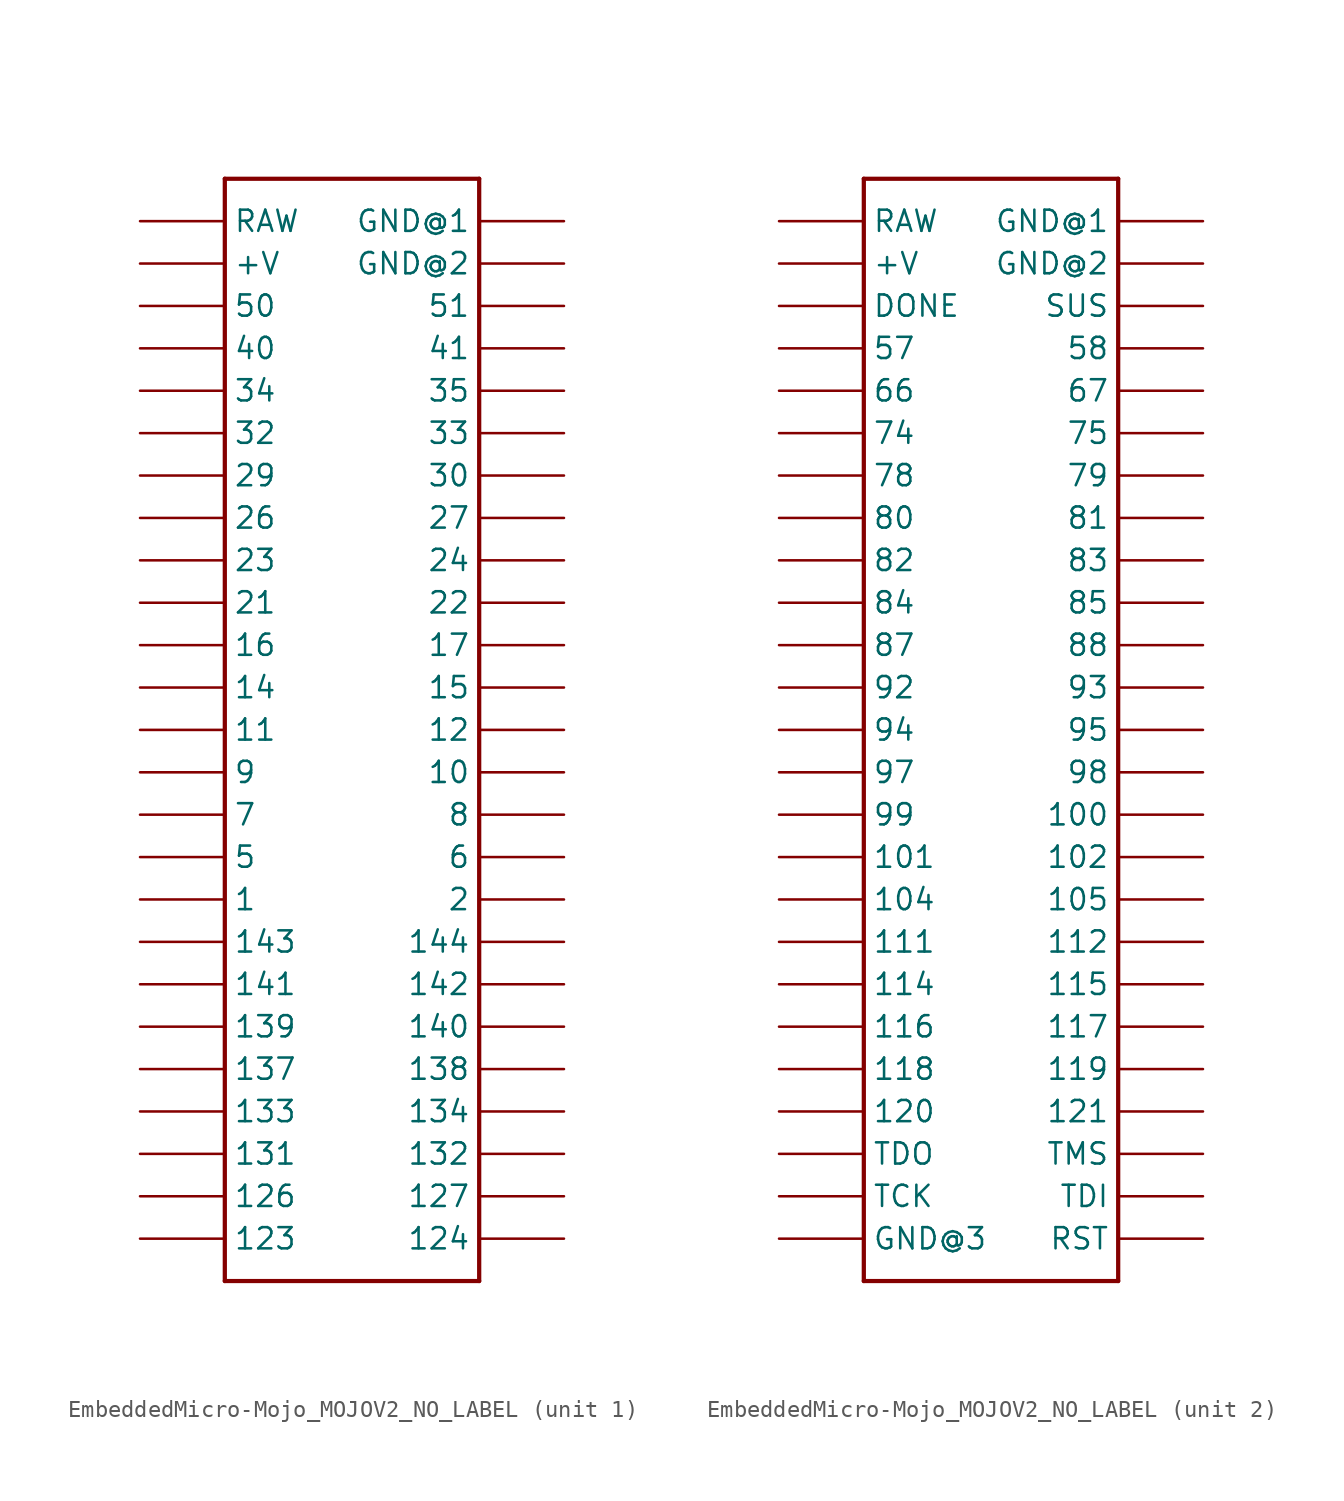
<source format=kicad_sym>
(kicad_symbol_lib
  (version 20231120)
  (generator "kicad_symbol_editor")
  (generator_version "8.0")
  (symbol "EmbeddedMicro-Mojo_MOJOV2_NO_LABEL"
    (property "Reference" ""
      (at 0 0 0)
      (effects (font (size 1.27 1.27)) (hide yes)))
    (property "ki_locked" ""
      (at 0 0 0)
      (effects (font (size 1.27 1.27))))
    (symbol "EmbeddedMicro-Mojo_MOJOV2_NO_LABEL_1_0"
      (polyline (pts (xy -7.62 -33.02) (xy -7.62 33.02)) (stroke (width 0.254) (type solid)) (fill (type none)))
      (polyline (pts (xy -7.62 33.02) (xy 7.62 33.02)) (stroke (width 0.254) (type solid)) (fill (type none)))
      (polyline (pts (xy 7.62 -33.02) (xy -7.62 -33.02)) (stroke (width 0.254) (type solid)) (fill (type none)))
      (polyline (pts (xy 7.62 33.02) (xy 7.62 -33.02)) (stroke (width 0.254) (type solid)) (fill (type none)))
      (pin bidirectional line (at -12.7 -10.16 0) (length 5.08) (name "1" (effects (font (size 1.27 1.27)))) (number "1" (effects (font (size 0 0)))))
      (pin bidirectional line (at 12.7 -2.54 180) (length 5.08) (name "10" (effects (font (size 1.27 1.27)))) (number "10" (effects (font (size 0 0)))))
      (pin bidirectional line (at -12.7 0 0) (length 5.08) (name "11" (effects (font (size 1.27 1.27)))) (number "11" (effects (font (size 0 0)))))
      (pin bidirectional line (at 12.7 0 180) (length 5.08) (name "12" (effects (font (size 1.27 1.27)))) (number "12" (effects (font (size 0 0)))))
      (pin bidirectional line (at -12.7 -30.48 0) (length 5.08) (name "123" (effects (font (size 1.27 1.27)))) (number "123" (effects (font (size 0 0)))))
      (pin bidirectional line (at 12.7 -30.48 180) (length 5.08) (name "124" (effects (font (size 1.27 1.27)))) (number "124" (effects (font (size 0 0)))))
      (pin bidirectional line (at -12.7 -27.94 0) (length 5.08) (name "126" (effects (font (size 1.27 1.27)))) (number "126" (effects (font (size 0 0)))))
      (pin bidirectional line (at 12.7 -27.94 180) (length 5.08) (name "127" (effects (font (size 1.27 1.27)))) (number "127" (effects (font (size 0 0)))))
      (pin bidirectional line (at -12.7 -25.4 0) (length 5.08) (name "131" (effects (font (size 1.27 1.27)))) (number "131" (effects (font (size 0 0)))))
      (pin bidirectional line (at 12.7 -25.4 180) (length 5.08) (name "132" (effects (font (size 1.27 1.27)))) (number "132" (effects (font (size 0 0)))))
      (pin bidirectional line (at -12.7 -22.86 0) (length 5.08) (name "133" (effects (font (size 1.27 1.27)))) (number "133" (effects (font (size 0 0)))))
      (pin bidirectional line (at 12.7 -22.86 180) (length 5.08) (name "134" (effects (font (size 1.27 1.27)))) (number "134" (effects (font (size 0 0)))))
      (pin bidirectional line (at -12.7 -20.32 0) (length 5.08) (name "137" (effects (font (size 1.27 1.27)))) (number "137" (effects (font (size 0 0)))))
      (pin bidirectional line (at 12.7 -20.32 180) (length 5.08) (name "138" (effects (font (size 1.27 1.27)))) (number "138" (effects (font (size 0 0)))))
      (pin bidirectional line (at -12.7 -17.78 0) (length 5.08) (name "139" (effects (font (size 1.27 1.27)))) (number "139" (effects (font (size 0 0)))))
      (pin bidirectional line (at -12.7 2.54 0) (length 5.08) (name "14" (effects (font (size 1.27 1.27)))) (number "14" (effects (font (size 0 0)))))
      (pin bidirectional line (at 12.7 -17.78 180) (length 5.08) (name "140" (effects (font (size 1.27 1.27)))) (number "140" (effects (font (size 0 0)))))
      (pin bidirectional line (at -12.7 -15.24 0) (length 5.08) (name "141" (effects (font (size 1.27 1.27)))) (number "141" (effects (font (size 0 0)))))
      (pin bidirectional line (at 12.7 -15.24 180) (length 5.08) (name "142" (effects (font (size 1.27 1.27)))) (number "142" (effects (font (size 0 0)))))
      (pin bidirectional line (at -12.7 -12.7 0) (length 5.08) (name "143" (effects (font (size 1.27 1.27)))) (number "143" (effects (font (size 0 0)))))
      (pin bidirectional line (at 12.7 -12.7 180) (length 5.08) (name "144" (effects (font (size 1.27 1.27)))) (number "144" (effects (font (size 0 0)))))
      (pin bidirectional line (at 12.7 2.54 180) (length 5.08) (name "15" (effects (font (size 1.27 1.27)))) (number "15" (effects (font (size 0 0)))))
      (pin bidirectional line (at -12.7 5.08 0) (length 5.08) (name "16" (effects (font (size 1.27 1.27)))) (number "16" (effects (font (size 0 0)))))
      (pin bidirectional line (at 12.7 5.08 180) (length 5.08) (name "17" (effects (font (size 1.27 1.27)))) (number "17" (effects (font (size 0 0)))))
      (pin bidirectional line (at 12.7 -10.16 180) (length 5.08) (name "2" (effects (font (size 1.27 1.27)))) (number "2" (effects (font (size 0 0)))))
      (pin bidirectional line (at -12.7 7.62 0) (length 5.08) (name "21" (effects (font (size 1.27 1.27)))) (number "21" (effects (font (size 0 0)))))
      (pin bidirectional line (at 12.7 7.62 180) (length 5.08) (name "22" (effects (font (size 1.27 1.27)))) (number "22" (effects (font (size 0 0)))))
      (pin bidirectional line (at -12.7 10.16 0) (length 5.08) (name "23" (effects (font (size 1.27 1.27)))) (number "23" (effects (font (size 0 0)))))
      (pin bidirectional line (at 12.7 10.16 180) (length 5.08) (name "24" (effects (font (size 1.27 1.27)))) (number "24" (effects (font (size 0 0)))))
      (pin bidirectional line (at -12.7 12.7 0) (length 5.08) (name "26" (effects (font (size 1.27 1.27)))) (number "26" (effects (font (size 0 0)))))
      (pin bidirectional line (at 12.7 12.7 180) (length 5.08) (name "27" (effects (font (size 1.27 1.27)))) (number "27" (effects (font (size 0 0)))))
      (pin bidirectional line (at -12.7 15.24 0) (length 5.08) (name "29" (effects (font (size 1.27 1.27)))) (number "29" (effects (font (size 0 0)))))
      (pin bidirectional line (at 12.7 15.24 180) (length 5.08) (name "30" (effects (font (size 1.27 1.27)))) (number "30" (effects (font (size 0 0)))))
      (pin bidirectional line (at -12.7 17.78 0) (length 5.08) (name "32" (effects (font (size 1.27 1.27)))) (number "32" (effects (font (size 0 0)))))
      (pin bidirectional line (at 12.7 17.78 180) (length 5.08) (name "33" (effects (font (size 1.27 1.27)))) (number "33" (effects (font (size 0 0)))))
      (pin bidirectional line (at -12.7 20.32 0) (length 5.08) (name "34" (effects (font (size 1.27 1.27)))) (number "34" (effects (font (size 0 0)))))
      (pin bidirectional line (at 12.7 20.32 180) (length 5.08) (name "35" (effects (font (size 1.27 1.27)))) (number "35" (effects (font (size 0 0)))))
      (pin bidirectional line (at -12.7 22.86 0) (length 5.08) (name "40" (effects (font (size 1.27 1.27)))) (number "40" (effects (font (size 0 0)))))
      (pin bidirectional line (at 12.7 22.86 180) (length 5.08) (name "41" (effects (font (size 1.27 1.27)))) (number "41" (effects (font (size 0 0)))))
      (pin bidirectional line (at -12.7 -7.62 0) (length 5.08) (name "5" (effects (font (size 1.27 1.27)))) (number "5" (effects (font (size 0 0)))))
      (pin bidirectional line (at -12.7 25.4 0) (length 5.08) (name "50" (effects (font (size 1.27 1.27)))) (number "50" (effects (font (size 0 0)))))
      (pin bidirectional line (at 12.7 25.4 180) (length 5.08) (name "51" (effects (font (size 1.27 1.27)))) (number "51" (effects (font (size 0 0)))))
      (pin bidirectional line (at 12.7 -7.62 180) (length 5.08) (name "6" (effects (font (size 1.27 1.27)))) (number "6" (effects (font (size 0 0)))))
      (pin bidirectional line (at -12.7 -5.08 0) (length 5.08) (name "7" (effects (font (size 1.27 1.27)))) (number "7" (effects (font (size 0 0)))))
      (pin bidirectional line (at 12.7 -5.08 180) (length 5.08) (name "8" (effects (font (size 1.27 1.27)))) (number "8" (effects (font (size 0 0)))))
      (pin bidirectional line (at -12.7 -2.54 0) (length 5.08) (name "9" (effects (font (size 1.27 1.27)))) (number "9" (effects (font (size 0 0)))))
      (pin power_in line (at 12.7 30.48 180) (length 5.08) (name "GND@1" (effects (font (size 1.27 1.27)))) (number "GND@1" (effects (font (size 0 0)))))
      (pin power_in line (at 12.7 27.94 180) (length 5.08) (name "GND@2" (effects (font (size 1.27 1.27)))) (number "GND@2" (effects (font (size 0 0)))))
      (pin power_in line (at -12.7 30.48 0) (length 5.08) (name "RAW" (effects (font (size 1.27 1.27)))) (number "RAW@1" (effects (font (size 0 0)))))
      (pin power_in line (at -12.7 27.94 0) (length 5.08) (name "+V" (effects (font (size 1.27 1.27)))) (number "V@1" (effects (font (size 0 0))))))
    (symbol "EmbeddedMicro-Mojo_MOJOV2_NO_LABEL_2_0"
      (polyline (pts (xy -7.62 -33.02) (xy -7.62 33.02)) (stroke (width 0.254) (type solid)) (fill (type none)))
      (polyline (pts (xy -7.62 33.02) (xy 7.62 33.02)) (stroke (width 0.254) (type solid)) (fill (type none)))
      (polyline (pts (xy 7.62 -33.02) (xy -7.62 -33.02)) (stroke (width 0.254) (type solid)) (fill (type none)))
      (polyline (pts (xy 7.62 33.02) (xy 7.62 -33.02)) (stroke (width 0.254) (type solid)) (fill (type none)))
      (pin bidirectional line (at 12.7 -5.08 180) (length 5.08) (name "100" (effects (font (size 1.27 1.27)))) (number "100" (effects (font (size 0 0)))))
      (pin bidirectional line (at -12.7 -7.62 0) (length 5.08) (name "101" (effects (font (size 1.27 1.27)))) (number "101" (effects (font (size 0 0)))))
      (pin bidirectional line (at 12.7 -7.62 180) (length 5.08) (name "102" (effects (font (size 1.27 1.27)))) (number "102" (effects (font (size 0 0)))))
      (pin bidirectional line (at -12.7 -10.16 0) (length 5.08) (name "104" (effects (font (size 1.27 1.27)))) (number "104" (effects (font (size 0 0)))))
      (pin bidirectional line (at 12.7 -10.16 180) (length 5.08) (name "105" (effects (font (size 1.27 1.27)))) (number "105" (effects (font (size 0 0)))))
      (pin bidirectional line (at -12.7 -12.7 0) (length 5.08) (name "111" (effects (font (size 1.27 1.27)))) (number "111" (effects (font (size 0 0)))))
      (pin bidirectional line (at 12.7 -12.7 180) (length 5.08) (name "112" (effects (font (size 1.27 1.27)))) (number "112" (effects (font (size 0 0)))))
      (pin bidirectional line (at -12.7 -15.24 0) (length 5.08) (name "114" (effects (font (size 1.27 1.27)))) (number "114" (effects (font (size 0 0)))))
      (pin bidirectional line (at 12.7 -15.24 180) (length 5.08) (name "115" (effects (font (size 1.27 1.27)))) (number "115" (effects (font (size 0 0)))))
      (pin bidirectional line (at -12.7 -17.78 0) (length 5.08) (name "116" (effects (font (size 1.27 1.27)))) (number "116" (effects (font (size 0 0)))))
      (pin bidirectional line (at 12.7 -17.78 180) (length 5.08) (name "117" (effects (font (size 1.27 1.27)))) (number "117" (effects (font (size 0 0)))))
      (pin bidirectional line (at -12.7 -20.32 0) (length 5.08) (name "118" (effects (font (size 1.27 1.27)))) (number "118" (effects (font (size 0 0)))))
      (pin bidirectional line (at 12.7 -20.32 180) (length 5.08) (name "119" (effects (font (size 1.27 1.27)))) (number "119" (effects (font (size 0 0)))))
      (pin bidirectional line (at -12.7 -22.86 0) (length 5.08) (name "120" (effects (font (size 1.27 1.27)))) (number "120" (effects (font (size 0 0)))))
      (pin bidirectional line (at 12.7 -22.86 180) (length 5.08) (name "121" (effects (font (size 1.27 1.27)))) (number "121" (effects (font (size 0 0)))))
      (pin bidirectional line (at -12.7 22.86 0) (length 5.08) (name "57" (effects (font (size 1.27 1.27)))) (number "57" (effects (font (size 0 0)))))
      (pin bidirectional line (at 12.7 22.86 180) (length 5.08) (name "58" (effects (font (size 1.27 1.27)))) (number "58" (effects (font (size 0 0)))))
      (pin bidirectional line (at -12.7 20.32 0) (length 5.08) (name "66" (effects (font (size 1.27 1.27)))) (number "66" (effects (font (size 0 0)))))
      (pin bidirectional line (at 12.7 20.32 180) (length 5.08) (name "67" (effects (font (size 1.27 1.27)))) (number "67" (effects (font (size 0 0)))))
      (pin bidirectional line (at -12.7 17.78 0) (length 5.08) (name "74" (effects (font (size 1.27 1.27)))) (number "74" (effects (font (size 0 0)))))
      (pin bidirectional line (at 12.7 17.78 180) (length 5.08) (name "75" (effects (font (size 1.27 1.27)))) (number "75" (effects (font (size 0 0)))))
      (pin bidirectional line (at -12.7 15.24 0) (length 5.08) (name "78" (effects (font (size 1.27 1.27)))) (number "78" (effects (font (size 0 0)))))
      (pin bidirectional line (at 12.7 15.24 180) (length 5.08) (name "79" (effects (font (size 1.27 1.27)))) (number "79" (effects (font (size 0 0)))))
      (pin bidirectional line (at -12.7 12.7 0) (length 5.08) (name "80" (effects (font (size 1.27 1.27)))) (number "80" (effects (font (size 0 0)))))
      (pin bidirectional line (at 12.7 12.7 180) (length 5.08) (name "81" (effects (font (size 1.27 1.27)))) (number "81" (effects (font (size 0 0)))))
      (pin bidirectional line (at -12.7 10.16 0) (length 5.08) (name "82" (effects (font (size 1.27 1.27)))) (number "82" (effects (font (size 0 0)))))
      (pin bidirectional line (at 12.7 10.16 180) (length 5.08) (name "83" (effects (font (size 1.27 1.27)))) (number "83" (effects (font (size 0 0)))))
      (pin bidirectional line (at -12.7 7.62 0) (length 5.08) (name "84" (effects (font (size 1.27 1.27)))) (number "84" (effects (font (size 0 0)))))
      (pin bidirectional line (at 12.7 7.62 180) (length 5.08) (name "85" (effects (font (size 1.27 1.27)))) (number "85" (effects (font (size 0 0)))))
      (pin bidirectional line (at -12.7 5.08 0) (length 5.08) (name "87" (effects (font (size 1.27 1.27)))) (number "87" (effects (font (size 0 0)))))
      (pin bidirectional line (at 12.7 5.08 180) (length 5.08) (name "88" (effects (font (size 1.27 1.27)))) (number "88" (effects (font (size 0 0)))))
      (pin bidirectional line (at -12.7 2.54 0) (length 5.08) (name "92" (effects (font (size 1.27 1.27)))) (number "92" (effects (font (size 0 0)))))
      (pin bidirectional line (at 12.7 2.54 180) (length 5.08) (name "93" (effects (font (size 1.27 1.27)))) (number "93" (effects (font (size 0 0)))))
      (pin bidirectional line (at -12.7 0 0) (length 5.08) (name "94" (effects (font (size 1.27 1.27)))) (number "94" (effects (font (size 0 0)))))
      (pin bidirectional line (at 12.7 0 180) (length 5.08) (name "95" (effects (font (size 1.27 1.27)))) (number "95" (effects (font (size 0 0)))))
      (pin bidirectional line (at -12.7 -2.54 0) (length 5.08) (name "97" (effects (font (size 1.27 1.27)))) (number "97" (effects (font (size 0 0)))))
      (pin bidirectional line (at 12.7 -2.54 180) (length 5.08) (name "98" (effects (font (size 1.27 1.27)))) (number "98" (effects (font (size 0 0)))))
      (pin bidirectional line (at -12.7 -5.08 0) (length 5.08) (name "99" (effects (font (size 1.27 1.27)))) (number "99" (effects (font (size 0 0)))))
      (pin bidirectional line (at -12.7 25.4 0) (length 5.08) (name "DONE" (effects (font (size 1.27 1.27)))) (number "DONE" (effects (font (size 0 0)))))
      (pin power_in line (at 12.7 30.48 180) (length 5.08) (name "GND@1" (effects (font (size 1.27 1.27)))) (number "GND@3" (effects (font (size 0 0)))))
      (pin power_in line (at 12.7 27.94 180) (length 5.08) (name "GND@2" (effects (font (size 1.27 1.27)))) (number "GND@4" (effects (font (size 0 0)))))
      (pin power_in line (at -12.7 -30.48 0) (length 5.08) (name "GND@3" (effects (font (size 1.27 1.27)))) (number "GND@6" (effects (font (size 0 0)))))
      (pin power_in line (at -12.7 30.48 0) (length 5.08) (name "RAW" (effects (font (size 1.27 1.27)))) (number "RAW@2" (effects (font (size 0 0)))))
      (pin input line (at 12.7 -30.48 180) (length 5.08) (name "RST" (effects (font (size 1.27 1.27)))) (number "RST" (effects (font (size 0 0)))))
      (pin input line (at 12.7 25.4 180) (length 5.08) (name "SUS" (effects (font (size 1.27 1.27)))) (number "SUS" (effects (font (size 0 0)))))
      (pin input line (at -12.7 -27.94 0) (length 5.08) (name "TCK" (effects (font (size 1.27 1.27)))) (number "TCK" (effects (font (size 0 0)))))
      (pin input line (at 12.7 -27.94 180) (length 5.08) (name "TDI" (effects (font (size 1.27 1.27)))) (number "TDI" (effects (font (size 0 0)))))
      (pin output line (at -12.7 -25.4 0) (length 5.08) (name "TDO" (effects (font (size 1.27 1.27)))) (number "TDO" (effects (font (size 0 0)))))
      (pin input line (at 12.7 -25.4 180) (length 5.08) (name "TMS" (effects (font (size 1.27 1.27)))) (number "TMS" (effects (font (size 0 0)))))
      (pin power_in line (at -12.7 27.94 0) (length 5.08) (name "+V" (effects (font (size 1.27 1.27)))) (number "V@2" (effects (font (size 0 0))))))))
</source>
